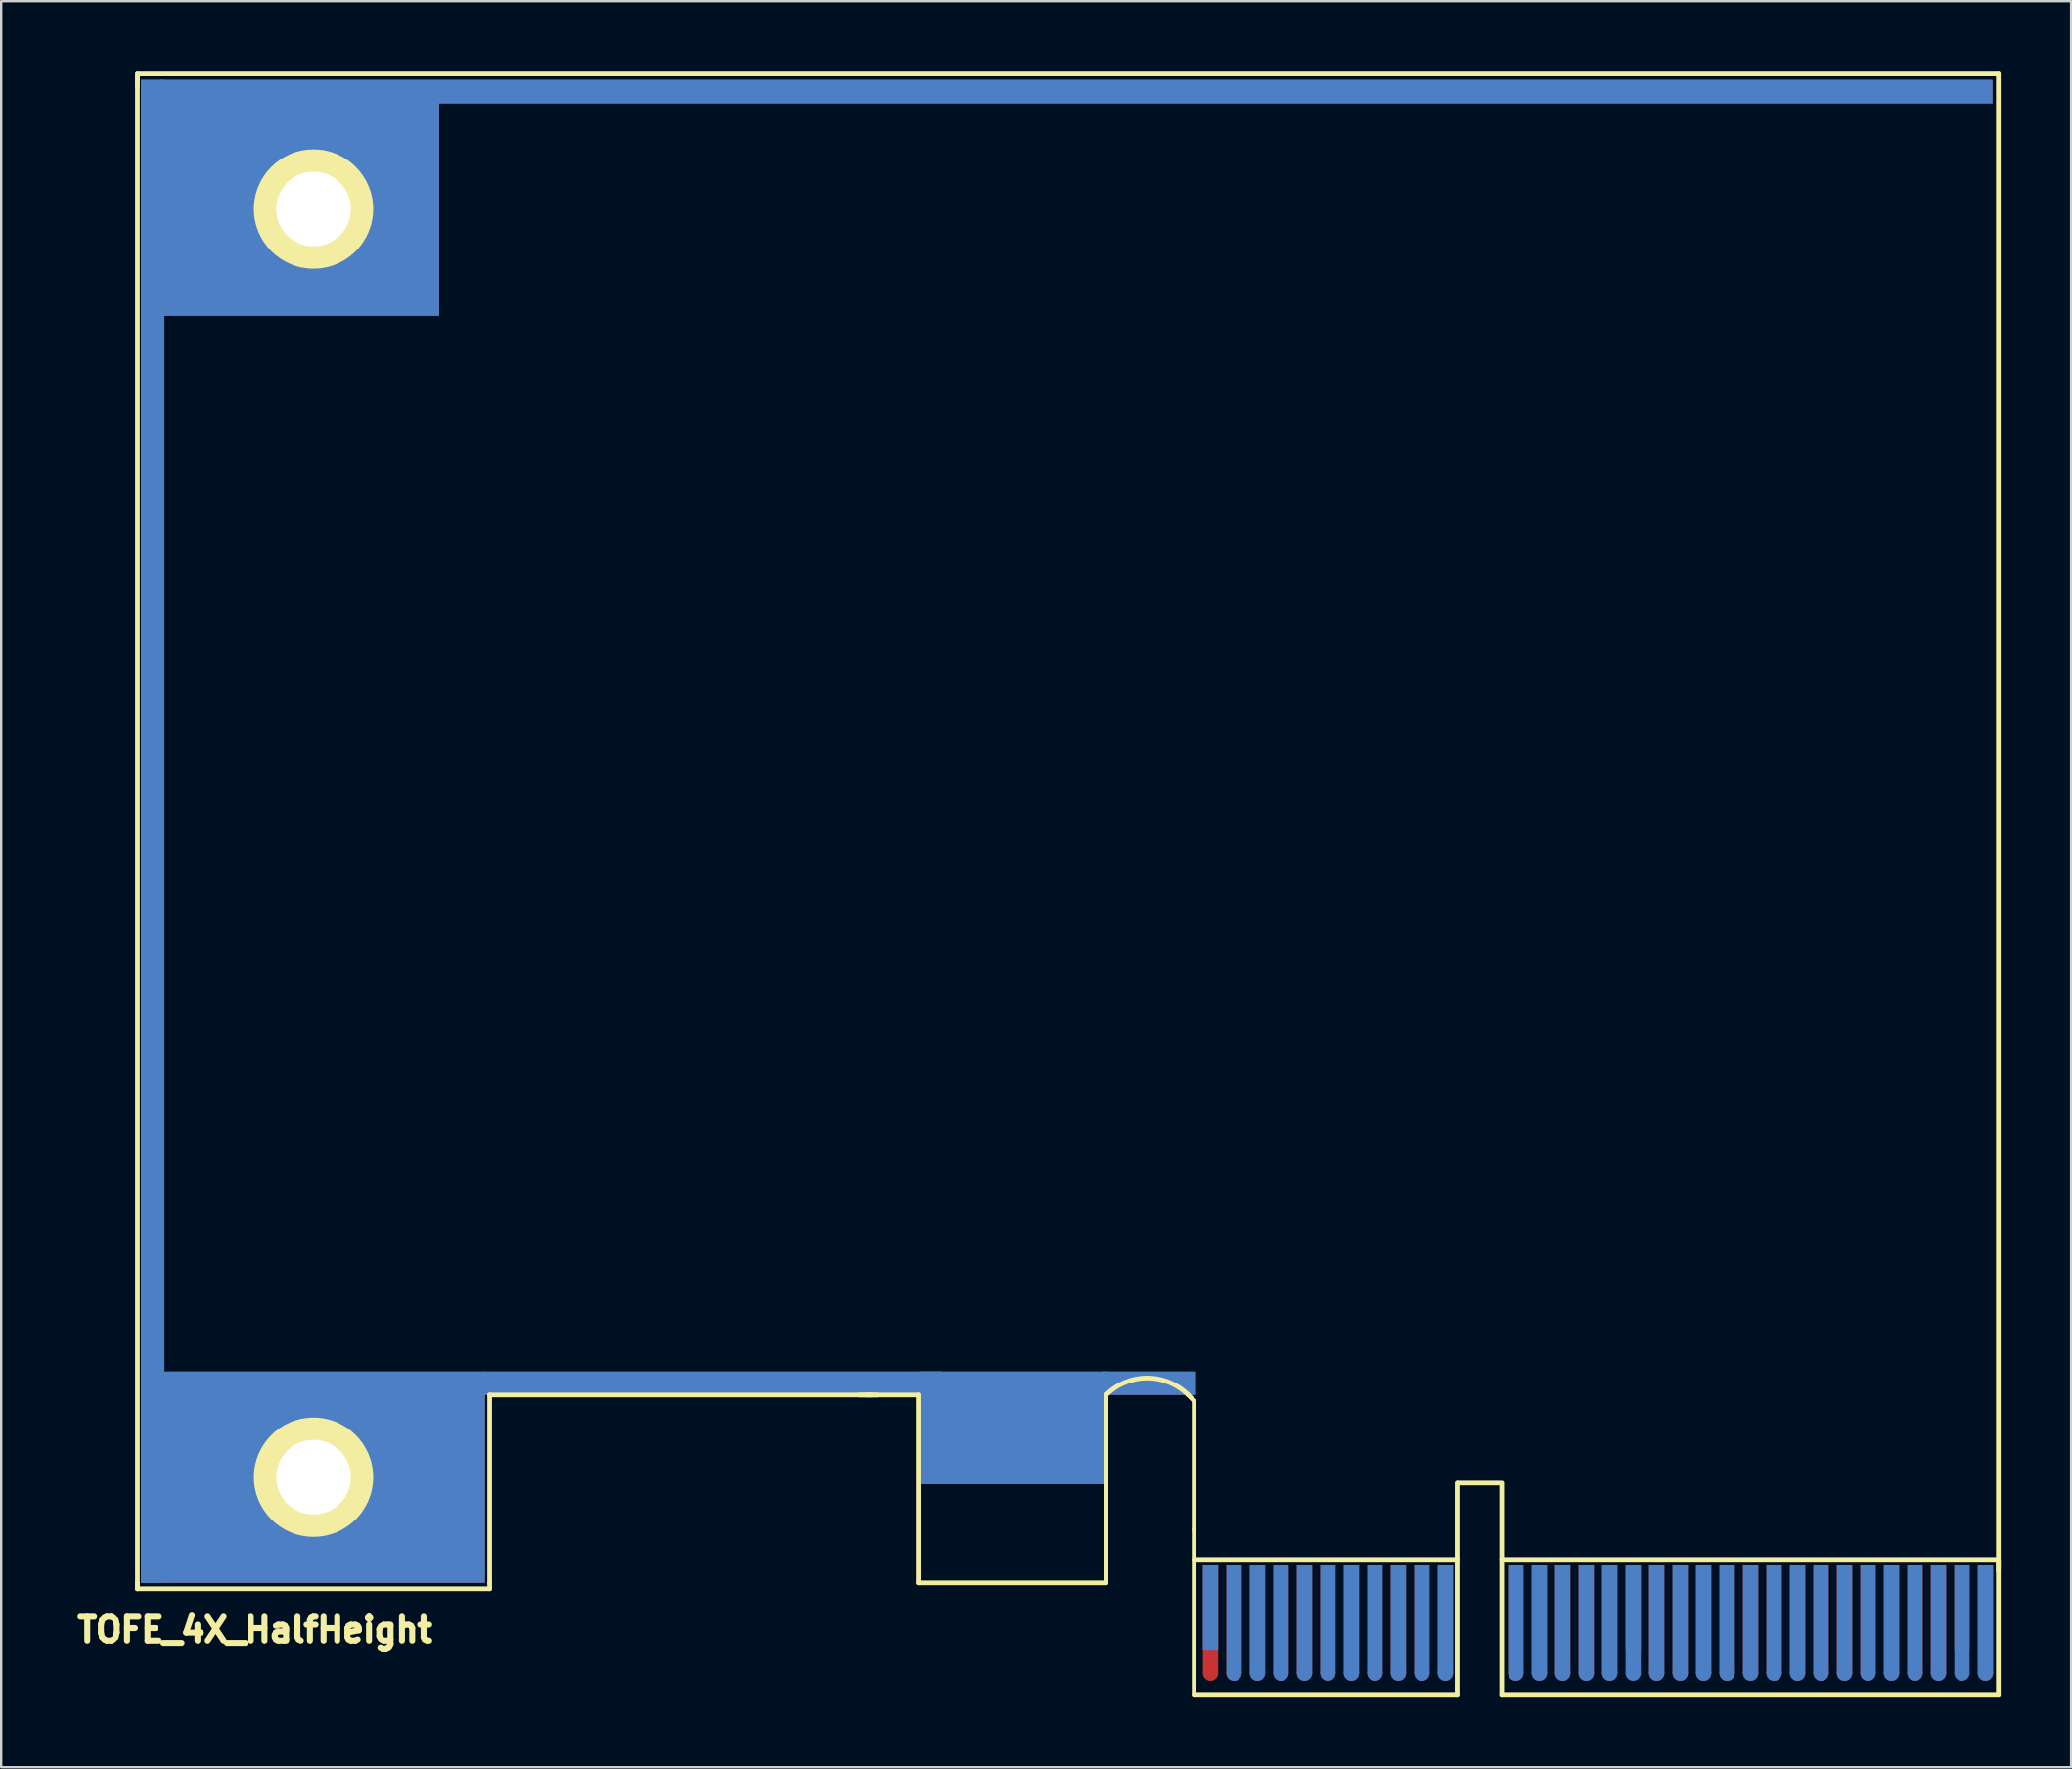
<source format=kicad_pcb>
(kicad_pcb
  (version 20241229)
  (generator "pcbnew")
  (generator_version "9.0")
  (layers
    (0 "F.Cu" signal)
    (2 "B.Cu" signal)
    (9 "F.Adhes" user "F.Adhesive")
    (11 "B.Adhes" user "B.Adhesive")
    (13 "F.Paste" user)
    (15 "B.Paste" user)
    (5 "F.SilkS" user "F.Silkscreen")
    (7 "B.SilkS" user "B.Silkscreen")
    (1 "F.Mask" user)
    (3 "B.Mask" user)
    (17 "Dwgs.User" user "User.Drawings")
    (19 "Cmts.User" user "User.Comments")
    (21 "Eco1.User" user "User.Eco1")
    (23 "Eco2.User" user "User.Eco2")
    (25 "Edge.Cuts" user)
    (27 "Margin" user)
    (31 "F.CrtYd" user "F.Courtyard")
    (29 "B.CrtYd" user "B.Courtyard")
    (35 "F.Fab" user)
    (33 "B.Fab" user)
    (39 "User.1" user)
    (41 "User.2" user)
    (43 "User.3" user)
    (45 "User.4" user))
  (footprint "TOFE_4X_HalfHeight"
    (layer "F.Cu")
    (at 2.803 64.6)
    (property "Reference" "TOFE_4X_HalfHeight" (at 5 1.75 0) (layer "F.SilkS") (effects (font (size 1.016 1.016) (thickness 0.254))))
    (attr through_hole)
    (fp_line (start 0 -64.5) (end 0 -64) (stroke (width 0.2) (type solid)) (layer "F.SilkS"))
    (fp_line (start 0 -0.25) (end 0 0) (stroke (width 0.2) (type solid)) (layer "F.SilkS"))
    (fp_line (start 0 0) (end 0 -64.4) (stroke (width 0.2) (type solid)) (layer "F.SilkS"))
    (fp_line (start 0 0) (end 15 0) (stroke (width 0.2) (type solid)) (layer "F.SilkS"))
    (fp_line (start 15 -8.25) (end 31.25 -8.25) (stroke (width 0.2) (type solid)) (layer "F.SilkS"))
    (fp_line (start 15 -0.25) (end 15 -8.25) (stroke (width 0.2) (type solid)) (layer "F.SilkS"))
    (fp_line (start 15 0) (end 15 -0.25) (stroke (width 0.2) (type solid)) (layer "F.SilkS"))
    (fp_line (start 31.5 -8.25) (end 31 -8.25) (stroke (width 0.2) (type solid)) (layer "F.SilkS"))
    (fp_line (start 33.25 -8.25) (end 30.75 -8.25) (stroke (width 0.2) (type solid)) (layer "F.SilkS"))
    (fp_line (start 33.25 -0.25) (end 33.25 -8.25) (stroke (width 0.2) (type solid)) (layer "F.SilkS"))
    (fp_line (start 33.25 -0.25) (end 41.25 -0.25) (stroke (width 0.2) (type solid)) (layer "F.SilkS"))
    (fp_line (start 41.25 -2) (end 41.25 -8.25) (stroke (width 0.2) (type solid)) (layer "F.SilkS"))
    (fp_line (start 41.25 -2) (end 41.25 -0.25) (stroke (width 0.2) (type solid)) (layer "F.SilkS"))
    (fp_line (start 45 -8) (end 44.75 -8.25) (stroke (width 0.2) (type solid)) (layer "F.SilkS"))
    (fp_line (start 45 -2.5) (end 45 -8) (stroke (width 0.2) (type solid)) (layer "F.SilkS"))
    (fp_line (start 45 4.5) (end 45 -2.5) (stroke (width 0.2) (type solid)) (layer "F.SilkS"))
    (fp_line (start 45 4.5) (end 56.2 4.5) (stroke (width 0.2) (type solid)) (layer "F.SilkS"))
    (fp_line (start 56.2 -4.5) (end 56.2 4.5) (stroke (width 0.2) (type solid)) (layer "F.SilkS"))
    (fp_line (start 56.2 -1.25) (end 45 -1.25) (stroke (width 0.2) (type solid)) (layer "F.SilkS"))
    (fp_line (start 56.25 -4.5) (end 58 -4.5) (stroke (width 0.2) (type solid)) (layer "F.SilkS"))
    (fp_line (start 58.1 -4.5) (end 58.1 4.5) (stroke (width 0.2) (type solid)) (layer "F.SilkS"))
    (fp_line (start 58.1 4.5) (end 79.25 4.5) (stroke (width 0.2) (type solid)) (layer "F.SilkS"))
    (fp_line (start 79.25 -64.5) (end 0 -64.5) (stroke (width 0.2) (type solid)) (layer "F.SilkS"))
    (fp_line (start 79.25 -1.25) (end 58.1 -1.25) (stroke (width 0.2) (type solid)) (layer "F.SilkS"))
    (fp_line (start 79.25 -0.75) (end 79.25 -64.5) (stroke (width 0.2) (type solid)) (layer "F.SilkS"))
    (fp_line (start 79.25 4.5) (end 79.25 -1.25) (stroke (width 0.2) (type solid)) (layer "F.SilkS"))
    (fp_arc (start 41.25 -8.25) (mid 43 -8.974874) (end 44.75 -8.25) (stroke (width 0.2) (type solid)) (layer "F.SilkS"))
    (pad "" smd rect (at 0.65 -32.25) (size 1 64) (layers "F.Cu" "F.Mask" "F.Paste"))
    (pad "" smd rect (at 0.65 -32.25) (size 1 64) (layers "F.Mask" "B.Cu" "F.Paste"))
    (pad "" smd rect (at 6.5 -59.2) (size 12.7 10) (layers "F.Cu" "F.Mask" "F.Paste"))
    (pad "" smd rect (at 6.5 -59.2) (size 12.7 10) (layers "F.Mask" "B.Cu" "F.Paste"))
    (pad "" thru_hole circle (at 7.5 -58.75) (size 5.08 5.08) (drill 3.18) (layers "*.Cu" "*.Mask" "F.SilkS"))
    (pad "" thru_hole circle (at 7.5 -4.75) (size 5.08 5.08) (drill 3.18) (layers "*.Cu" "*.Mask" "F.SilkS"))
    (pad "" smd rect (at 7.5 -4.75) (size 14.6 9) (layers "F.Cu" "F.Mask" "F.Paste"))
    (pad "" smd rect (at 7.5 -4.75) (size 14.6 9) (layers "F.Mask" "B.Cu" "F.Paste"))
    (pad "" smd rect (at 24.5 -8.75) (size 19.5 1) (layers "F.Cu" "F.Mask" "F.Paste"))
    (pad "" smd rect (at 24.5 -8.75) (size 19.5 1) (layers "F.Mask" "B.Cu" "F.Paste"))
    (pad "" smd rect (at 37.325 -6.85) (size 8 4.8) (layers "F.Cu" "F.Mask" "F.Paste"))
    (pad "" smd rect (at 37.325 -6.85) (size 8 4.8) (layers "F.Mask" "B.Cu" "F.Paste"))
    (pad "" smd rect (at 40 -63.75) (size 78 1) (layers "F.Cu" "F.Mask" "F.Paste"))
    (pad "" smd rect (at 40 -63.75) (size 78 1) (layers "F.Mask" "B.Cu" "F.Paste"))
    (pad "" smd rect (at 43.075 -8.75) (size 4 1) (layers "F.Cu" "F.Mask" "F.Paste"))
    (pad "" smd rect (at 43.075 -8.75) (size 4 1) (layers "F.Mask" "B.Cu" "F.Paste"))
    (pad "" connect circle (at 45.7 3.601) (size 0.65 0.65) (layers "F.Cu" "F.Mask"))
    (pad "" connect circle (at 46.701 3.601) (size 0.65 0.65) (layers "F.Cu" "F.Mask"))
    (pad "" connect oval (at 46.701 3.601 90) (size 0.65 0.65) (layers "B.Cu" "B.Mask"))
    (pad "" connect circle (at 47.699 3.601) (size 0.65 0.65) (layers "F.Cu" "F.Mask"))
    (pad "" connect oval (at 47.699 3.601 90) (size 0.65 0.65) (layers "B.Cu" "B.Mask"))
    (pad "" connect circle (at 48.7 3.601) (size 0.65 0.65) (layers "F.Cu" "F.Mask"))
    (pad "" connect oval (at 48.7 3.601 90) (size 0.65 0.65) (layers "B.Cu" "B.Mask"))
    (pad "" connect circle (at 49.701 3.601) (size 0.65 0.65) (layers "F.Cu" "F.Mask"))
    (pad "" connect oval (at 49.701 3.601 90) (size 0.65 0.65) (layers "B.Cu" "B.Mask"))
    (pad "" connect circle (at 50.699 3.601) (size 0.65 0.65) (layers "F.Cu" "F.Mask"))
    (pad "" connect oval (at 50.699 3.601 90) (size 0.65 0.65) (layers "B.Cu" "B.Mask"))
    (pad "" connect circle (at 51.7 3.601) (size 0.65 0.65) (layers "F.Cu" "F.Mask"))
    (pad "" connect oval (at 51.7 3.601 90) (size 0.65 0.65) (layers "B.Cu" "B.Mask"))
    (pad "" connect circle (at 52.701 3.601) (size 0.65 0.65) (layers "F.Cu" "F.Mask"))
    (pad "" connect oval (at 52.701 3.601 90) (size 0.65 0.65) (layers "B.Cu" "B.Mask"))
    (pad "" connect circle (at 53.699 3.601) (size 0.65 0.65) (layers "F.Cu" "F.Mask"))
    (pad "" connect oval (at 53.699 3.601 90) (size 0.65 0.65) (layers "B.Cu" "B.Mask"))
    (pad "" connect circle (at 54.7 3.601) (size 0.65 0.65) (layers "F.Cu" "F.Mask"))
    (pad "" connect oval (at 54.7 3.601 90) (size 0.65 0.65) (layers "B.Cu" "B.Mask"))
    (pad "" connect circle (at 55.7 3.601) (size 0.65 0.65) (layers "F.Cu" "F.Mask"))
    (pad "" connect oval (at 55.7 3.601 90) (size 0.65 0.65) (layers "B.Cu" "B.Mask"))
    (pad "" connect circle (at 58.7 3.601) (size 0.65 0.65) (layers "F.Cu" "F.Mask"))
    (pad "" connect oval (at 58.7 3.601 90) (size 0.65 0.65) (layers "B.Cu" "B.Mask"))
    (pad "" connect circle (at 59.701 3.601) (size 0.65 0.65) (layers "F.Cu" "F.Mask"))
    (pad "" connect oval (at 59.701 3.601 90) (size 0.65 0.65) (layers "B.Cu" "B.Mask"))
    (pad "" connect circle (at 60.699 3.601) (size 0.65 0.65) (layers "F.Cu" "F.Mask"))
    (pad "" connect oval (at 60.699 3.601 90) (size 0.65 0.65) (layers "B.Cu" "B.Mask"))
    (pad "" connect circle (at 61.7 3.601) (size 0.65 0.65) (layers "F.Cu" "F.Mask"))
    (pad "" connect oval (at 61.7 3.601 90) (size 0.65 0.65) (layers "B.Cu" "B.Mask"))
    (pad "" connect circle (at 62.701 3.601) (size 0.65 0.65) (layers "F.Cu" "F.Mask"))
    (pad "" connect oval (at 62.701 3.601 90) (size 0.65 0.65) (layers "B.Cu" "B.Mask"))
    (pad "" connect oval (at 63.699 3.601 90) (size 0.65 0.65) (layers "B.Cu" "B.Mask"))
    (pad "" connect circle (at 64.7 3.601) (size 0.65 0.65) (layers "F.Cu" "F.Mask"))
    (pad "" connect oval (at 64.7 3.601 90) (size 0.65 0.65) (layers "B.Cu" "B.Mask"))
    (pad "" connect oval (at 65.7 3.601) (size 0.65 0.65) (layers "F.Cu" "B.Mask"))
    (pad "" connect oval (at 65.7 3.601 90) (size 0.65 0.65) (layers "B.Cu" "B.Mask"))
    (pad "" connect oval (at 66.7 3.601) (size 0.65 0.65) (layers "F.Cu" "B.Mask"))
    (pad "" connect oval (at 66.7 3.601 90) (size 0.65 0.65) (layers "B.Cu" "B.Mask"))
    (pad "" connect oval (at 67.7 3.601) (size 0.65 0.65) (layers "F.Cu" "B.Mask"))
    (pad "" connect oval (at 67.7 3.601 90) (size 0.65 0.65) (layers "B.Cu" "B.Mask"))
    (pad "" connect oval (at 68.7 3.601) (size 0.65 0.65) (layers "F.Cu" "B.Mask"))
    (pad "" connect oval (at 68.7 3.601 90) (size 0.65 0.65) (layers "B.Cu" "B.Mask"))
    (pad "" connect oval (at 69.7 3.601) (size 0.65 0.65) (layers "F.Cu" "B.Mask"))
    (pad "" connect oval (at 69.7 3.601 90) (size 0.65 0.65) (layers "B.Cu" "B.Mask"))
    (pad "" connect oval (at 70.7 3.601) (size 0.65 0.65) (layers "F.Cu" "B.Mask"))
    (pad "" connect oval (at 70.7 3.601 90) (size 0.65 0.65) (layers "B.Cu" "B.Mask"))
    (pad "" connect oval (at 71.7 3.601) (size 0.65 0.65) (layers "F.Cu" "B.Mask"))
    (pad "" connect oval (at 71.7 3.601 90) (size 0.65 0.65) (layers "B.Cu" "B.Mask"))
    (pad "" connect oval (at 72.7 3.601) (size 0.65 0.65) (layers "F.Cu" "B.Mask"))
    (pad "" connect oval (at 72.7 3.601 90) (size 0.65 0.65) (layers "B.Cu" "B.Mask"))
    (pad "" connect oval (at 73.7 3.601) (size 0.65 0.65) (layers "F.Cu" "B.Mask"))
    (pad "" connect oval (at 73.7 3.601 90) (size 0.65 0.65) (layers "B.Cu" "B.Mask"))
    (pad "" connect oval (at 74.7 3.601) (size 0.65 0.65) (layers "F.Cu" "B.Mask"))
    (pad "" connect oval (at 74.7 3.601 90) (size 0.65 0.65) (layers "B.Cu" "B.Mask"))
    (pad "" connect oval (at 75.7 3.601) (size 0.65 0.65) (layers "F.Cu" "B.Mask"))
    (pad "" connect oval (at 75.7 3.601 90) (size 0.65 0.65) (layers "B.Cu" "B.Mask"))
    (pad "" connect oval (at 76.7 3.601) (size 0.65 0.65) (layers "F.Cu" "B.Mask"))
    (pad "" connect oval (at 76.7 3.601 90) (size 0.65 0.65) (layers "B.Cu" "B.Mask"))
    (pad "" connect oval (at 77.7 3.601 90) (size 0.65 0.65) (layers "B.Cu" "B.Mask"))
    (pad "" connect oval (at 78.7 3.601) (size 0.65 0.65) (layers "F.Cu" "B.Mask"))
    (pad "" connect oval (at 78.7 3.601 90) (size 0.65 0.65) (layers "B.Cu" "B.Mask"))
    (pad "A1" connect rect (at 45.7 0.8) (size 0.65 3.599) (layers "B.Cu" "B.Mask"))
    (pad "A2" connect rect (at 46.701 1.3) (size 0.65 4.6) (layers "B.Cu" "B.Mask"))
    (pad "A3" connect rect (at 47.699 1.3) (size 0.65 4.6) (layers "B.Cu" "B.Mask"))
    (pad "A4" connect rect (at 48.7 1.3) (size 0.65 4.6) (layers "B.Cu" "B.Mask"))
    (pad "A5" connect rect (at 49.701 1.3) (size 0.65 4.6) (layers "B.Cu" "B.Mask"))
    (pad "A6" connect rect (at 50.699 1.3) (size 0.65 4.6) (layers "B.Cu" "B.Mask"))
    (pad "A7" connect rect (at 51.7 1.3) (size 0.65 4.6) (layers "B.Cu" "B.Mask"))
    (pad "A8" connect rect (at 52.701 1.3) (size 0.65 4.6) (layers "B.Cu" "B.Mask"))
    (pad "A9" connect rect (at 53.699 1.3) (size 0.65 4.6) (layers "B.Cu" "B.Mask"))
    (pad "A10" connect rect (at 54.7 1.3) (size 0.65 4.6) (layers "B.Cu" "B.Mask"))
    (pad "A11" connect rect (at 55.7 1.3) (size 0.65 4.6) (layers "B.Cu" "B.Mask"))
    (pad "A12" connect rect (at 58.7 1.3) (size 0.65 4.6) (layers "B.Cu" "B.Mask"))
    (pad "A13" connect rect (at 59.701 1.3) (size 0.65 4.6) (layers "B.Cu" "B.Mask"))
    (pad "A14" connect rect (at 60.699 1.3) (size 0.65 4.6) (layers "B.Cu" "B.Mask"))
    (pad "A15" connect rect (at 61.7 1.3) (size 0.65 4.6) (layers "B.Cu" "B.Mask"))
    (pad "A16" connect rect (at 62.701 1.3) (size 0.65 4.6) (layers "B.Cu" "B.Mask"))
    (pad "A17" connect rect (at 63.699 1.3) (size 0.65 4.6) (layers "B.Cu" "B.Mask"))
    (pad "A18" connect rect (at 64.7 1.3) (size 0.65 4.6) (layers "B.Cu" "B.Mask"))
    (pad "A19" connect rect (at 65.7 1.3) (size 0.65 4.6) (layers "B.Cu" "B.Mask"))
    (pad "A20" connect rect (at 66.7 1.3) (size 0.65 4.6) (layers "B.Cu" "B.Mask"))
    (pad "A21" connect rect (at 67.7 1.3) (size 0.65 4.6) (layers "B.Cu" "B.Mask"))
    (pad "A22" connect rect (at 68.7 1.3) (size 0.65 4.6) (layers "B.Cu" "B.Mask"))
    (pad "A23" connect rect (at 69.7 1.3) (size 0.65 4.6) (layers "B.Cu" "B.Mask"))
    (pad "A24" connect rect (at 70.7 1.3) (size 0.65 4.6) (layers "B.Cu" "B.Mask"))
    (pad "A25" connect rect (at 71.7 1.3) (size 0.65 4.6) (layers "B.Cu" "B.Mask"))
    (pad "A26" connect rect (at 72.7 1.3) (size 0.65 4.6) (layers "B.Cu" "B.Mask"))
    (pad "A27" connect rect (at 73.7 1.3) (size 0.65 4.6) (layers "B.Cu" "B.Mask"))
    (pad "A28" connect rect (at 74.7 1.3) (size 0.65 4.6) (layers "B.Cu" "B.Mask"))
    (pad "A29" connect rect (at 75.7 1.3) (size 0.65 4.6) (layers "B.Cu" "B.Mask"))
    (pad "A30" connect rect (at 76.7 1.3) (size 0.65 4.6) (layers "B.Cu" "B.Mask"))
    (pad "A31" connect rect (at 77.7 1.3) (size 0.65 4.6) (layers "B.Cu" "B.Mask"))
    (pad "A32" connect rect (at 78.7 1.3) (size 0.65 4.6) (layers "B.Cu" "B.Mask"))
    (pad "B1" connect rect (at 45.7 1.3) (size 0.65 4.6) (layers "F.Cu" "B.Mask"))
    (pad "B2" connect rect (at 46.701 1.3) (size 0.65 4.6) (layers "F.Cu" "B.Mask"))
    (pad "B3" connect rect (at 47.699 1.3) (size 0.65 4.6) (layers "F.Cu" "B.Mask"))
    (pad "B4" connect rect (at 48.7 1.3) (size 0.65 4.6) (layers "F.Cu" "B.Mask"))
    (pad "B5" connect rect (at 49.701 1.3) (size 0.65 4.6) (layers "F.Cu" "B.Mask"))
    (pad "B6" connect rect (at 50.699 1.3) (size 0.65 4.6) (layers "F.Cu" "B.Mask"))
    (pad "B7" connect rect (at 51.7 1.3) (size 0.65 4.6) (layers "F.Cu" "B.Mask"))
    (pad "B8" connect rect (at 52.701 1.3) (size 0.65 4.6) (layers "F.Cu" "B.Mask"))
    (pad "B9" connect rect (at 53.699 1.3) (size 0.65 4.6) (layers "F.Cu" "B.Mask"))
    (pad "B10" connect rect (at 54.7 1.3) (size 0.65 4.6) (layers "F.Cu" "B.Mask"))
    (pad "B11" connect rect (at 55.7 1.3) (size 0.65 4.6) (layers "F.Cu" "B.Mask"))
    (pad "B12" connect rect (at 58.7 1.3) (size 0.65 4.6) (layers "F.Cu" "B.Mask"))
    (pad "B13" connect rect (at 59.701 1.3) (size 0.65 4.6) (layers "F.Cu" "B.Mask"))
    (pad "B14" connect rect (at 60.699 1.3) (size 0.65 4.6) (layers "F.Cu" "B.Mask"))
    (pad "B15" connect rect (at 61.7 1.3) (size 0.65 4.6) (layers "F.Cu" "B.Mask"))
    (pad "B16" connect rect (at 62.701 1.3) (size 0.65 4.6) (layers "F.Cu" "B.Mask"))
    (pad "B17" connect rect (at 63.699 0.8) (size 0.65 3.599) (layers "F.Cu" "B.Mask"))
    (pad "B18" connect rect (at 64.7 1.3) (size 0.65 4.6) (layers "F.Cu" "B.Mask"))
    (pad "B19" connect rect (at 65.7 1.3) (size 0.65 4.6) (layers "F.Cu" "B.Mask"))
    (pad "B20" connect rect (at 66.7 1.3) (size 0.65 4.6) (layers "F.Cu" "B.Mask"))
    (pad "B21" connect rect (at 67.7 1.3) (size 0.65 4.6) (layers "F.Cu" "B.Mask"))
    (pad "B22" connect rect (at 68.7 1.3) (size 0.65 4.6) (layers "F.Cu" "B.Mask"))
    (pad "B23" connect rect (at 69.7 1.3) (size 0.65 4.6) (layers "F.Cu" "B.Mask"))
    (pad "B24" connect rect (at 70.7 1.3) (size 0.65 4.6) (layers "F.Cu" "B.Mask"))
    (pad "B25" connect rect (at 71.7 1.3) (size 0.65 4.6) (layers "F.Cu" "B.Mask"))
    (pad "B26" connect rect (at 72.7 1.3) (size 0.65 4.6) (layers "F.Cu" "B.Mask"))
    (pad "B27" connect rect (at 73.7 1.3) (size 0.65 4.6) (layers "F.Cu" "B.Mask"))
    (pad "B28" connect rect (at 74.7 1.3) (size 0.65 4.6) (layers "F.Cu" "B.Mask"))
    (pad "B29" connect rect (at 75.7 1.3) (size 0.65 4.6) (layers "F.Cu" "B.Mask"))
    (pad "B30" connect rect (at 76.7 1.3) (size 0.65 4.6) (layers "F.Cu" "B.Mask"))
    (pad "B31" connect rect (at 77.7 0.8) (size 0.65 3.599) (layers "F.Cu" "B.Mask"))
    (pad "B32" connect rect (at 78.7 1.3) (size 0.65 4.6) (layers "F.Cu" "B.Mask")))
  (gr_rect
    (start -3 -3)
    (end 85.153 72.2)
    (stroke (width 0.1) (type default))
    (fill no)
    (layer "Edge.Cuts")))
</source>
